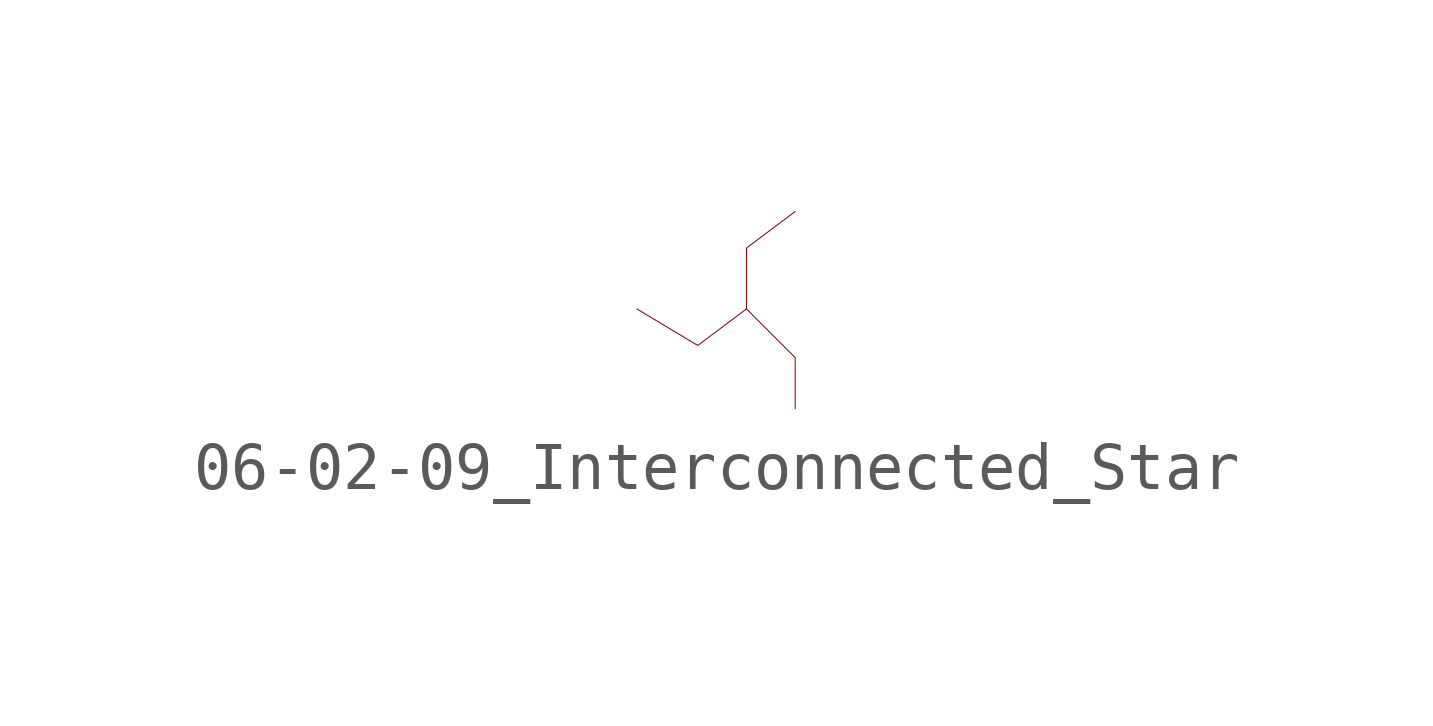
<source format=kicad_sym>
(kicad_symbol_lib
  (version 20201005)
  (generator kicad_symbol_editor)
  (symbol "Symbol_IEC_60617-6:06-02-09_Interconnected_Star"
    (property "Reference" "#SYM"
      (at 0 0 0)
      (effects (font (size 1.27 1.27)) hide))
    (symbol "06-02-09_Interconnected_Star_0_1"
      (polyline (pts (xy 0 0) (xy 0 1.27) (xy 1.016 2.032)) (stroke (width 0.001)) (fill (type none)))
      (polyline (pts (xy 0 0) (xy -1.016 -0.762) (xy -2.286 0)) (stroke (width 0.001)) (fill (type none)))
      (polyline (pts (xy 0 0) (xy 1.016 -1.016) (xy 1.016 -2.083)) (stroke (width 0.001)) (fill (type none))))))
</source>
